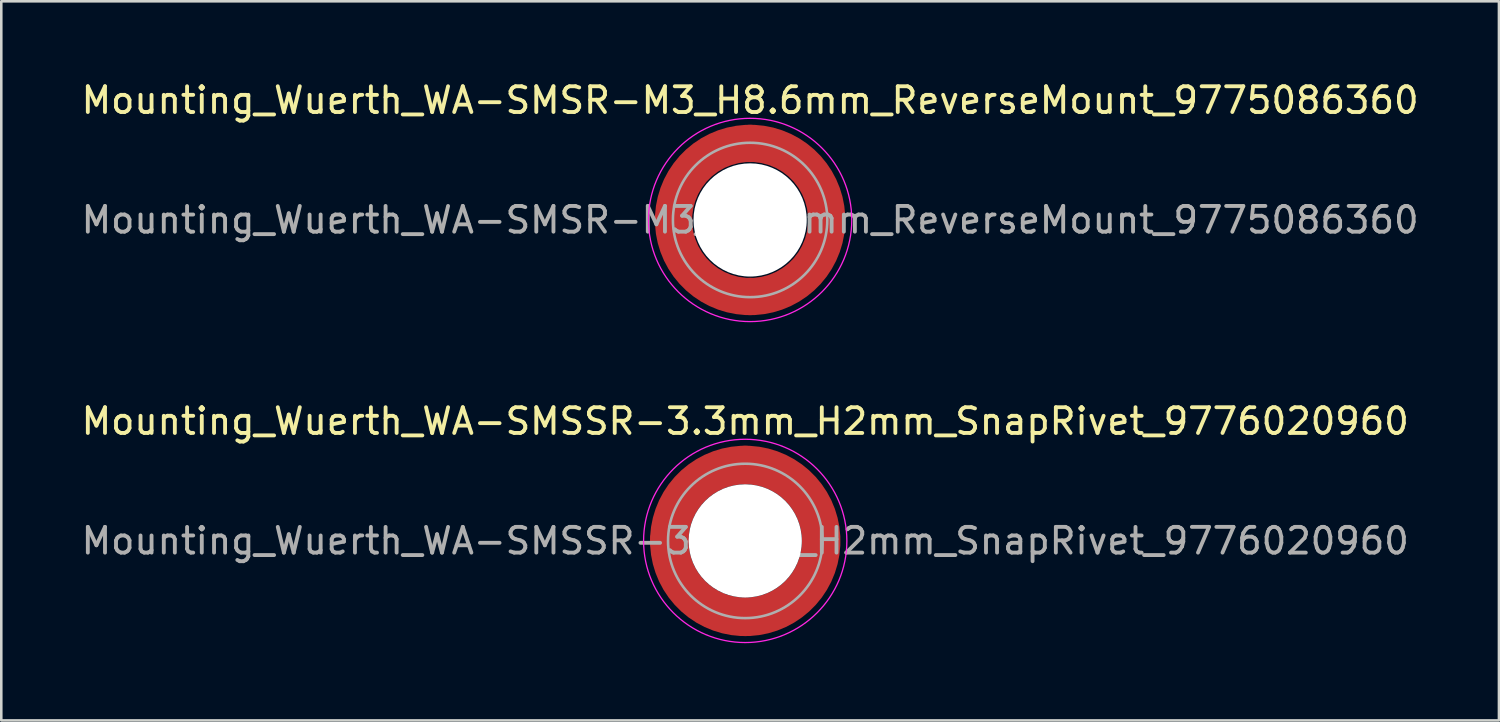
<source format=kicad_pcb>
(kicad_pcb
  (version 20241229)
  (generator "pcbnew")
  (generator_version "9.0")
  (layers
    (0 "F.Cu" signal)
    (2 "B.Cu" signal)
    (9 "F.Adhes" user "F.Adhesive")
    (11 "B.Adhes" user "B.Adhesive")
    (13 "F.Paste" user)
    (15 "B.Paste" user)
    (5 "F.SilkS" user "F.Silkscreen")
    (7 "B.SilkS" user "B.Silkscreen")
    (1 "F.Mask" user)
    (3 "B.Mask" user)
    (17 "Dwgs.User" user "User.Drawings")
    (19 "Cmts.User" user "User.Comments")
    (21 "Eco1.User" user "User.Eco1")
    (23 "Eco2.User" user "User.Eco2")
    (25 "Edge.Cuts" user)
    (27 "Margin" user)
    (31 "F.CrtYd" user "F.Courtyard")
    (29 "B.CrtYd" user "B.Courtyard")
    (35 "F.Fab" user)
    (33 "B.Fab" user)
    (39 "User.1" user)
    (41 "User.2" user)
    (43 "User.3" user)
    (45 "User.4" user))
  (footprint "Mounting_Wuerth_WA-SMSR-M3_H8.6mm_ReverseMount_9775086360"
    (layer "F.Cu")
    (at 26.101 5.498)
    (property "Reference" "Mounting_Wuerth_WA-SMSR-M3_H8.6mm_ReverseMount_9775086360" (at 0 -4.65 0) (layer "F.SilkS") (effects (font (size 1 1) (thickness 0.15))))
    (attr smd)
    (fp_circle (center 0 0) (end 3.95 0) (stroke (width 0.05) (type solid)) (fill no) (layer "F.CrtYd"))
    (fp_circle (center 0 0) (end 3 0) (stroke (width 0.1) (type solid)) (fill no) (layer "F.Fab"))
    (fp_text user "${REFERENCE}" (at 0 0 0) (layer "F.Fab") (effects (font (size 1 1) (thickness 0.15))))
    (pad "" smd custom (at -2.095 -2.095) (size 0.672 0.672) (layers "F.Paste") (options (anchor circle)) (primitives (gr_arc (start -0.24231 1.594804) (mid 0.404819 0.404819) (end 1.594804 -0.24231) (width 0.2)) (gr_arc (start -0.3398 1.594804) (mid 0.337349 0.337349) (end 1.594804 -0.3398) (width 0.2)) (gr_arc (start -0.437132 1.594804) (mid 0.269879 0.269879) (end 1.594804 -0.437132) (width 0.2)) (gr_arc (start -0.534324 1.594804) (mid 0.202409 0.202409) (end 1.594804 -0.534324) (width 0.2)) (gr_arc (start -0.631391 1.594804) (mid 0.134939 0.134939) (end 1.594804 -0.631391) (width 0.2)) (gr_arc (start -0.728345 1.594804) (mid 0.06747 0.06747) (end 1.594804 -0.728345) (width 0.2)) (gr_arc (start -0.825197 1.594804) (mid 0 0) (end 1.594804 -0.825197) (width 0.2)) (gr_arc (start -0.921958 1.594804) (mid -0.067469 -0.067469) (end 1.594804 -0.921958) (width 0.2)) (gr_arc (start -1.018637 1.594804) (mid -0.13494 -0.13494) (end 1.594804 -1.018637) (width 0.2)) (gr_arc (start -1.115239 1.594804) (mid -0.202409 -0.202409) (end 1.594804 -1.115239) (width 0.2)) (gr_arc (start -1.211773 1.594804) (mid -0.269879 -0.269879) (end 1.594804 -1.211773) (width 0.2)) (gr_arc (start -1.308244 1.594804) (mid -0.337349 -0.337349) (end 1.594804 -1.308244) (width 0.2)) (gr_arc (start -1.404657 1.594804) (mid -0.404819 -0.404819) (end 1.594804 -1.404657) (width 0.2)) (gr_arc (start -1.404657 1.594804) (mid -0.404819 -0.404819) (end 1.594804 -1.404657) (width 0.2)) (gr_line (start 1.595 -0.242) (end 1.595 -1.405) (width 0.2)) (gr_line (start -0.242 1.595) (end -1.405 1.595) (width 0.2))))
    (pad "" smd custom (at -2.095 2.095) (size 0.672 0.672) (layers "F.Paste") (options (anchor circle)) (primitives (gr_arc (start 1.594804 0.24231) (mid 0.404819 -0.404819) (end -0.24231 -1.594804) (width 0.2)) (gr_arc (start 1.594804 0.3398) (mid 0.337349 -0.337349) (end -0.3398 -1.594804) (width 0.2)) (gr_arc (start 1.594804 0.437132) (mid 0.269879 -0.269879) (end -0.437132 -1.594804) (width 0.2)) (gr_arc (start 1.594804 0.534324) (mid 0.202409 -0.202409) (end -0.534324 -1.594804) (width 0.2)) (gr_arc (start 1.594804 0.631391) (mid 0.134939 -0.134939) (end -0.631391 -1.594804) (width 0.2)) (gr_arc (start 1.594804 0.728345) (mid 0.06747 -0.06747) (end -0.728345 -1.594804) (width 0.2)) (gr_arc (start 1.594804 0.825197) (mid 0 0) (end -0.825197 -1.594804) (width 0.2)) (gr_arc (start 1.594804 0.921958) (mid -0.067469 0.067469) (end -0.921958 -1.594804) (width 0.2)) (gr_arc (start 1.594804 1.018637) (mid -0.13494 0.13494) (end -1.018637 -1.594804) (width 0.2)) (gr_arc (start 1.594804 1.115239) (mid -0.202409 0.202409) (end -1.115239 -1.594804) (width 0.2)) (gr_arc (start 1.594804 1.211773) (mid -0.269879 0.269879) (end -1.211773 -1.594804) (width 0.2)) (gr_arc (start 1.594804 1.308244) (mid -0.337349 0.337349) (end -1.308244 -1.594804) (width 0.2)) (gr_arc (start 1.594804 1.404657) (mid -0.404819 0.404819) (end -1.404657 -1.594804) (width 0.2)) (gr_arc (start 1.594804 1.404657) (mid -0.404819 0.404819) (end -1.404657 -1.594804) (width 0.2)) (gr_line (start -0.242 -1.595) (end -1.405 -1.595) (width 0.2)) (gr_line (start 1.595 0.242) (end 1.595 1.405) (width 0.2))))
    (pad "" np_thru_hole circle (at 0 0) (size 4.4 4.4) (drill 4.4) (layers "*.Cu" "*.Mask"))
    (pad "" smd custom (at 2.095 -2.095) (size 0.672 0.672) (layers "F.Paste") (options (anchor circle)) (primitives (gr_arc (start -1.594804 -0.24231) (mid -0.404819 0.404819) (end 0.24231 1.594804) (width 0.2)) (gr_arc (start -1.594804 -0.3398) (mid -0.337349 0.337349) (end 0.3398 1.594804) (width 0.2)) (gr_arc (start -1.594804 -0.437132) (mid -0.269879 0.269879) (end 0.437132 1.594804) (width 0.2)) (gr_arc (start -1.594804 -0.534324) (mid -0.202409 0.202409) (end 0.534324 1.594804) (width 0.2)) (gr_arc (start -1.594804 -0.631391) (mid -0.134939 0.134939) (end 0.631391 1.594804) (width 0.2)) (gr_arc (start -1.594804 -0.728345) (mid -0.06747 0.06747) (end 0.728345 1.594804) (width 0.2)) (gr_arc (start -1.594804 -0.825197) (mid 0 0) (end 0.825197 1.594804) (width 0.2)) (gr_arc (start -1.594804 -0.921958) (mid 0.067469 -0.067469) (end 0.921958 1.594804) (width 0.2)) (gr_arc (start -1.594804 -1.018637) (mid 0.13494 -0.13494) (end 1.018637 1.594804) (width 0.2)) (gr_arc (start -1.594804 -1.115239) (mid 0.202409 -0.202409) (end 1.115239 1.594804) (width 0.2)) (gr_arc (start -1.594804 -1.211773) (mid 0.269879 -0.269879) (end 1.211773 1.594804) (width 0.2)) (gr_arc (start -1.594804 -1.308244) (mid 0.337349 -0.337349) (end 1.308244 1.594804) (width 0.2)) (gr_arc (start -1.594804 -1.404657) (mid 0.404819 -0.404819) (end 1.404657 1.594804) (width 0.2)) (gr_arc (start -1.594804 -1.404657) (mid 0.404819 -0.404819) (end 1.404657 1.594804) (width 0.2)) (gr_line (start 0.242 1.595) (end 1.405 1.595) (width 0.2)) (gr_line (start -1.595 -0.242) (end -1.595 -1.405) (width 0.2))))
    (pad "" smd custom (at 2.095 2.095) (size 0.672 0.672) (layers "F.Paste") (options (anchor circle)) (primitives (gr_arc (start 0.24231 -1.594804) (mid -0.404819 -0.404819) (end -1.594804 0.24231) (width 0.2)) (gr_arc (start 0.3398 -1.594804) (mid -0.337349 -0.337349) (end -1.594804 0.3398) (width 0.2)) (gr_arc (start 0.437132 -1.594804) (mid -0.269879 -0.269879) (end -1.594804 0.437132) (width 0.2)) (gr_arc (start 0.534324 -1.594804) (mid -0.202409 -0.202409) (end -1.594804 0.534324) (width 0.2)) (gr_arc (start 0.631391 -1.594804) (mid -0.134939 -0.134939) (end -1.594804 0.631391) (width 0.2)) (gr_arc (start 0.728345 -1.594804) (mid -0.06747 -0.06747) (end -1.594804 0.728345) (width 0.2)) (gr_arc (start 0.825197 -1.594804) (mid 0 0) (end -1.594804 0.825197) (width 0.2)) (gr_arc (start 0.921958 -1.594804) (mid 0.067469 0.067469) (end -1.594804 0.921958) (width 0.2)) (gr_arc (start 1.018637 -1.594804) (mid 0.13494 0.13494) (end -1.594804 1.018637) (width 0.2)) (gr_arc (start 1.115239 -1.594804) (mid 0.202409 0.202409) (end -1.594804 1.115239) (width 0.2)) (gr_arc (start 1.211773 -1.594804) (mid 0.269879 0.269879) (end -1.594804 1.211773) (width 0.2)) (gr_arc (start 1.308244 -1.594804) (mid 0.337349 0.337349) (end -1.594804 1.308244) (width 0.2)) (gr_arc (start 1.404657 -1.594804) (mid 0.404819 0.404819) (end -1.594804 1.404657) (width 0.2)) (gr_arc (start 1.404657 -1.594804) (mid 0.404819 0.404819) (end -1.594804 1.404657) (width 0.2)) (gr_line (start -1.595 0.242) (end -1.595 1.405) (width 0.2)) (gr_line (start 0.242 -1.595) (end 1.405 -1.595) (width 0.2))))
    (pad "1" smd circle (at -2.975 0) (size 1.45 1.45) (layers "F.Cu"))
    (pad "1" smd circle (at 0 -2.975) (size 1.45 1.45) (layers "F.Cu"))
    (pad "1" smd circle (at 0 2.975) (size 1.45 1.45) (layers "F.Cu"))
    (pad "1" smd custom (at 2.975 0) (size 1.45 1.45) (layers "F.Cu" "F.Mask") (options (anchor circle)) (primitives (gr_circle (center -2.975 0) (end 0 0) (width 1.45) (fill no)))))
  (footprint "Mounting_Wuerth_WA-SMSSR-3.3mm_H2mm_SnapRivet_9776020960"
    (layer "F.Cu")
    (at 25.911 17.971)
    (property "Reference" "Mounting_Wuerth_WA-SMSSR-3.3mm_H2mm_SnapRivet_9776020960" (at 0 -4.65 0) (layer "F.SilkS") (effects (font (size 1 1) (thickness 0.15))))
    (attr smd)
    (fp_circle (center 0 0) (end 3.95 0) (stroke (width 0.05) (type solid)) (fill no) (layer "F.CrtYd"))
    (fp_circle (center 0 0) (end 3 0) (stroke (width 0.1) (type solid)) (fill no) (layer "F.Fab"))
    (fp_text user "${REFERENCE}" (at 0 0 0) (layer "F.Fab") (effects (font (size 1 1) (thickness 0.15))))
    (pad "" smd custom (at -2.077 -2.077) (size 0.698 0.698) (layers "F.Paste") (options (anchor circle)) (primitives (gr_arc (start -0.208831 1.577126) (mid 0.422496 0.422496) (end 1.577126 -0.208831) (width 0.2)) (gr_arc (start -0.310669 1.577126) (mid 0.35208 0.35208) (end 1.577126 -0.310669) (width 0.2)) (gr_arc (start -0.412325 1.577126) (mid 0.281664 0.281664) (end 1.577126 -0.412325) (width 0.2)) (gr_arc (start -0.51382 1.577126) (mid 0.211248 0.211248) (end 1.577126 -0.51382) (width 0.2)) (gr_arc (start -0.615172 1.577126) (mid 0.140832 0.140832) (end 1.577126 -0.615172) (width 0.2)) (gr_arc (start -0.716397 1.577126) (mid 0.070416 0.070416) (end 1.577126 -0.716397) (width 0.2)) (gr_arc (start -0.817508 1.577126) (mid 0 0) (end 1.577126 -0.817508) (width 0.2)) (gr_arc (start -0.918517 1.577126) (mid -0.070416 -0.070416) (end 1.577126 -0.918517) (width 0.2)) (gr_arc (start -1.019433 1.577126) (mid -0.140832 -0.140832) (end 1.577126 -1.019433) (width 0.2)) (gr_arc (start -1.120266 1.577126) (mid -0.211248 -0.211248) (end 1.577126 -1.120266) (width 0.2)) (gr_arc (start -1.221022 1.577126) (mid -0.281664 -0.281664) (end 1.577126 -1.221022) (width 0.2)) (gr_arc (start -1.32171 1.577126) (mid -0.35208 -0.35208) (end 1.577126 -1.32171) (width 0.2)) (gr_arc (start -1.422335 1.577126) (mid -0.422497 -0.422497) (end 1.577126 -1.422335) (width 0.2)) (gr_line (start 1.577 -0.209) (end 1.577 -1.422) (width 0.2)) (gr_line (start -0.209 1.577) (end -1.422 1.577) (width 0.2))))
    (pad "" smd custom (at -2.077 2.077) (size 0.698 0.698) (layers "F.Paste") (options (anchor circle)) (primitives (gr_arc (start 1.577126 0.208831) (mid 0.422496 -0.422496) (end -0.208831 -1.577126) (width 0.2)) (gr_arc (start 1.577126 0.310669) (mid 0.35208 -0.35208) (end -0.310669 -1.577126) (width 0.2)) (gr_arc (start 1.577126 0.412325) (mid 0.281664 -0.281664) (end -0.412325 -1.577126) (width 0.2)) (gr_arc (start 1.577126 0.51382) (mid 0.211248 -0.211248) (end -0.51382 -1.577126) (width 0.2)) (gr_arc (start 1.577126 0.615172) (mid 0.140832 -0.140832) (end -0.615172 -1.577126) (width 0.2)) (gr_arc (start 1.577126 0.716397) (mid 0.070416 -0.070416) (end -0.716397 -1.577126) (width 0.2)) (gr_arc (start 1.577126 0.817508) (mid 0 0) (end -0.817508 -1.577126) (width 0.2)) (gr_arc (start 1.577126 0.918517) (mid -0.070416 0.070416) (end -0.918517 -1.577126) (width 0.2)) (gr_arc (start 1.577126 1.019433) (mid -0.140832 0.140832) (end -1.019433 -1.577126) (width 0.2)) (gr_arc (start 1.577126 1.120266) (mid -0.211248 0.211248) (end -1.120266 -1.577126) (width 0.2)) (gr_arc (start 1.577126 1.221022) (mid -0.281664 0.281664) (end -1.221022 -1.577126) (width 0.2)) (gr_arc (start 1.577126 1.32171) (mid -0.35208 0.35208) (end -1.32171 -1.577126) (width 0.2)) (gr_arc (start 1.577126 1.422335) (mid -0.422497 0.422497) (end -1.422335 -1.577126) (width 0.2)) (gr_line (start -0.209 -1.577) (end -1.422 -1.577) (width 0.2)) (gr_line (start 1.577 0.209) (end 1.577 1.422) (width 0.2))))
    (pad "" np_thru_hole circle (at 0 0) (size 4.4 4.4) (drill 4.4) (layers "*.Cu" "*.Mask"))
    (pad "" smd custom (at 2.077 -2.077) (size 0.698 0.698) (layers "F.Paste") (options (anchor circle)) (primitives (gr_arc (start -1.577126 -0.208831) (mid -0.422496 0.422496) (end 0.208831 1.577126) (width 0.2)) (gr_arc (start -1.577126 -0.310669) (mid -0.35208 0.35208) (end 0.310669 1.577126) (width 0.2)) (gr_arc (start -1.577126 -0.412325) (mid -0.281664 0.281664) (end 0.412325 1.577126) (width 0.2)) (gr_arc (start -1.577126 -0.51382) (mid -0.211248 0.211248) (end 0.51382 1.577126) (width 0.2)) (gr_arc (start -1.577126 -0.615172) (mid -0.140832 0.140832) (end 0.615172 1.577126) (width 0.2)) (gr_arc (start -1.577126 -0.716397) (mid -0.070416 0.070416) (end 0.716397 1.577126) (width 0.2)) (gr_arc (start -1.577126 -0.817508) (mid 0 0) (end 0.817508 1.577126) (width 0.2)) (gr_arc (start -1.577126 -0.918517) (mid 0.070416 -0.070416) (end 0.918517 1.577126) (width 0.2)) (gr_arc (start -1.577126 -1.019433) (mid 0.140832 -0.140832) (end 1.019433 1.577126) (width 0.2)) (gr_arc (start -1.577126 -1.120266) (mid 0.211248 -0.211248) (end 1.120266 1.577126) (width 0.2)) (gr_arc (start -1.577126 -1.221022) (mid 0.281664 -0.281664) (end 1.221022 1.577126) (width 0.2)) (gr_arc (start -1.577126 -1.32171) (mid 0.35208 -0.35208) (end 1.32171 1.577126) (width 0.2)) (gr_arc (start -1.577126 -1.422335) (mid 0.422497 -0.422497) (end 1.422335 1.577126) (width 0.2)) (gr_line (start 0.209 1.577) (end 1.422 1.577) (width 0.2)) (gr_line (start -1.577 -0.209) (end -1.577 -1.422) (width 0.2))))
    (pad "" smd custom (at 2.077 2.077) (size 0.698 0.698) (layers "F.Paste") (options (anchor circle)) (primitives (gr_arc (start 0.208831 -1.577126) (mid -0.422496 -0.422496) (end -1.577126 0.208831) (width 0.2)) (gr_arc (start 0.310669 -1.577126) (mid -0.35208 -0.35208) (end -1.577126 0.310669) (width 0.2)) (gr_arc (start 0.412325 -1.577126) (mid -0.281664 -0.281664) (end -1.577126 0.412325) (width 0.2)) (gr_arc (start 0.51382 -1.577126) (mid -0.211248 -0.211248) (end -1.577126 0.51382) (width 0.2)) (gr_arc (start 0.615172 -1.577126) (mid -0.140832 -0.140832) (end -1.577126 0.615172) (width 0.2)) (gr_arc (start 0.716397 -1.577126) (mid -0.070416 -0.070416) (end -1.577126 0.716397) (width 0.2)) (gr_arc (start 0.817508 -1.577126) (mid 0 0) (end -1.577126 0.817508) (width 0.2)) (gr_arc (start 0.918517 -1.577126) (mid 0.070416 0.070416) (end -1.577126 0.918517) (width 0.2)) (gr_arc (start 1.019433 -1.577126) (mid 0.140832 0.140832) (end -1.577126 1.019433) (width 0.2)) (gr_arc (start 1.120266 -1.577126) (mid 0.211248 0.211248) (end -1.577126 1.120266) (width 0.2)) (gr_arc (start 1.221022 -1.577126) (mid 0.281664 0.281664) (end -1.577126 1.221022) (width 0.2)) (gr_arc (start 1.32171 -1.577126) (mid 0.35208 0.35208) (end -1.577126 1.32171) (width 0.2)) (gr_arc (start 1.422335 -1.577126) (mid 0.422497 0.422497) (end -1.577126 1.422335) (width 0.2)) (gr_line (start -1.577 0.209) (end -1.577 1.422) (width 0.2)) (gr_line (start 0.209 -1.577) (end 1.422 -1.577) (width 0.2))))
    (pad "1" smd circle (at -2.95 0) (size 1.5 1.5) (layers "F.Cu"))
    (pad "1" smd circle (at 0 -2.95) (size 1.5 1.5) (layers "F.Cu"))
    (pad "1" smd circle (at 0 2.95) (size 1.5 1.5) (layers "F.Cu"))
    (pad "1" smd custom (at 2.95 0) (size 1.5 1.5) (layers "F.Cu" "F.Mask") (options (anchor circle)) (primitives (gr_circle (center -2.95 0) (end 0 0) (width 1.5) (fill no)))))
  (gr_rect
    (start -3 -3)
    (end 55.202 24.947)
    (stroke (width 0.1) (type default))
    (fill no)
    (layer "Edge.Cuts")))
</source>
